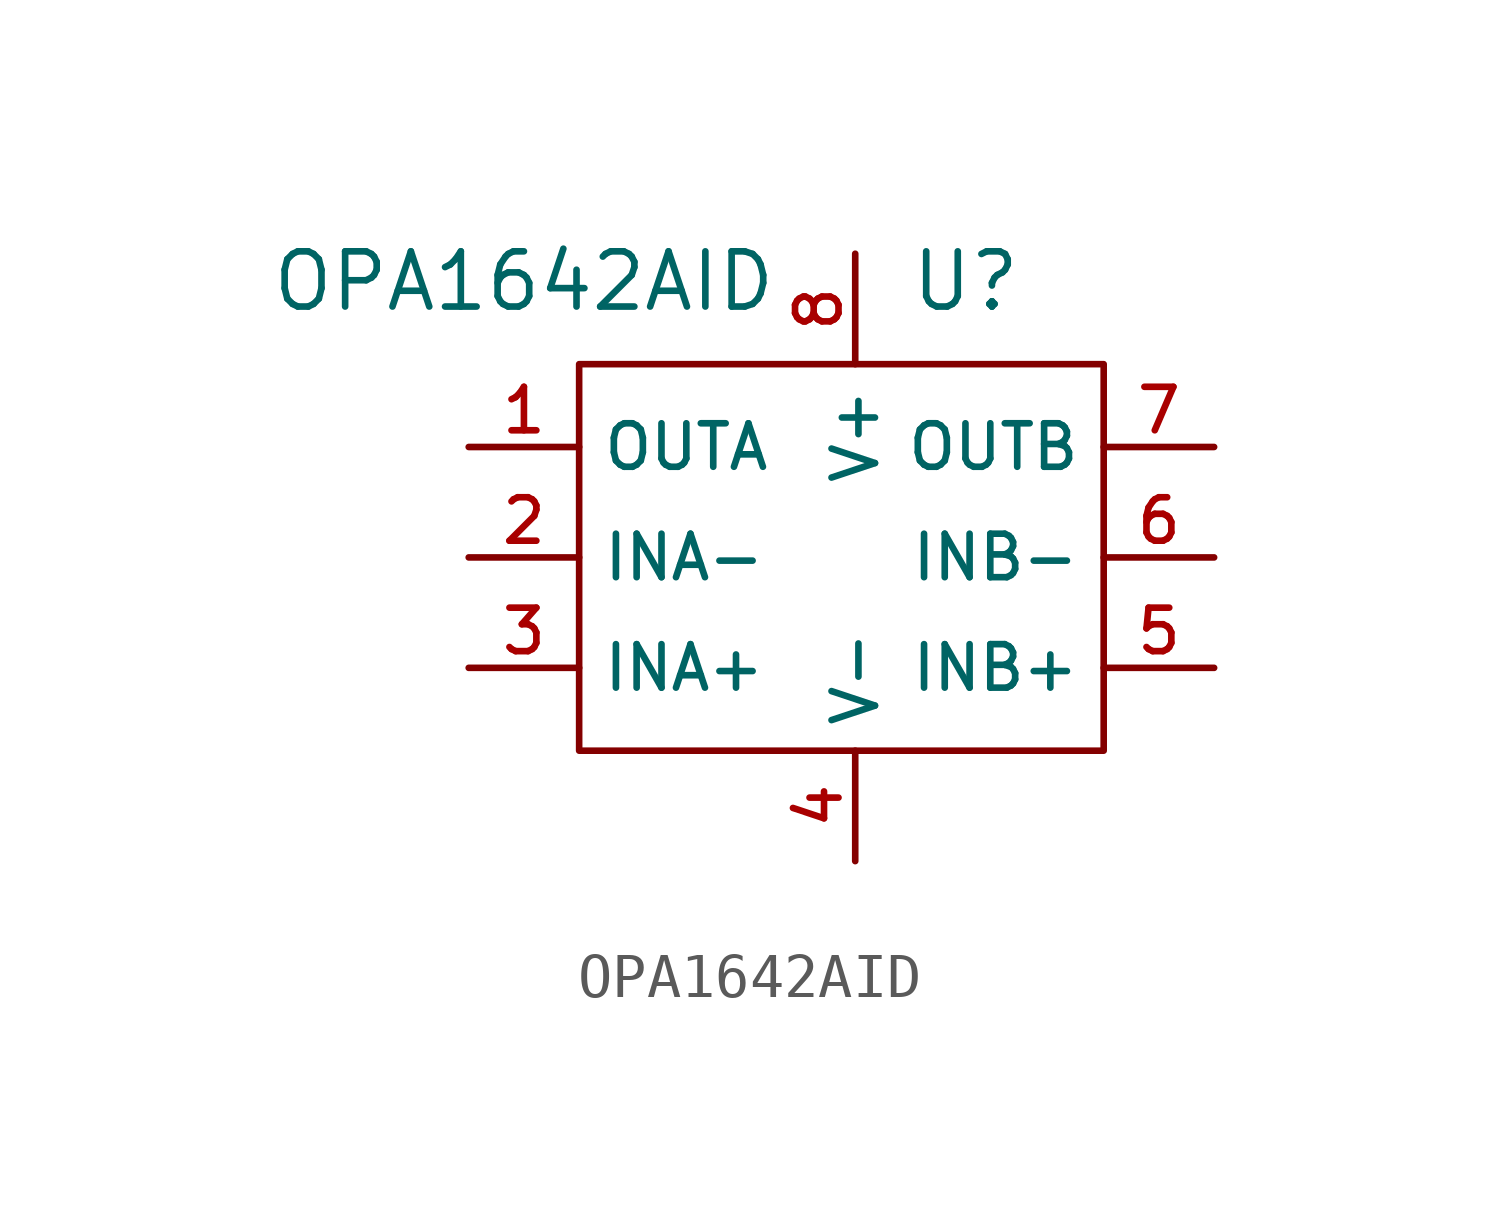
<source format=kicad_sym>
(kicad_symbol_lib
  (version 20211014)
  (generator kicad_symbol_editor)
  (symbol "OPA1642AID"
    (property "Reference" "U"
      (at 2.54 6.35 0)
      (effects (font (size 1.27 1.27))))
    (property "Value" "OPA1642AID"
      (at -7.62 6.35 0)
      (effects (font (size 1.27 1.27))))
    (symbol "OPA1642AID_0_1"
      (rectangle (start -6.35 4.445) (end 5.715 -4.445) (stroke (width 0.152) (type default) (color 0 0 0 0)) (fill (type none))))
    (symbol "OPA1642AID_1_1"
      (pin output line (at -8.89 2.54 0) (length 2.54) (name "OUTA" (effects (font (size 1 1)))) (number "1" (effects (font (size 1 1)))))
      (pin input line (at -8.89 0 0) (length 2.54) (name "INA-" (effects (font (size 1 1)))) (number "2" (effects (font (size 1 1)))))
      (pin input line (at -8.89 -2.54 0) (length 2.54) (name "INA+" (effects (font (size 1 1)))) (number "3" (effects (font (size 1 1)))))
      (pin power_in line (at 0 -6.985 90) (length 2.54) (name "V-" (effects (font (size 1 1)))) (number "4" (effects (font (size 1 1)))))
      (pin input line (at 8.255 -2.54 180) (length 2.54) (name "INB+" (effects (font (size 1 1)))) (number "5" (effects (font (size 1 1)))))
      (pin input line (at 8.255 0 180) (length 2.54) (name "INB-" (effects (font (size 1 1)))) (number "6" (effects (font (size 1 1)))))
      (pin output line (at 8.255 2.54 180) (length 2.54) (name "OUTB" (effects (font (size 1 1)))) (number "7" (effects (font (size 1 1)))))
      (pin power_in line (at 0 6.985 270) (length 2.54) (name "V+" (effects (font (size 1 1)))) (number "8" (effects (font (size 1 1))))))))
</source>
